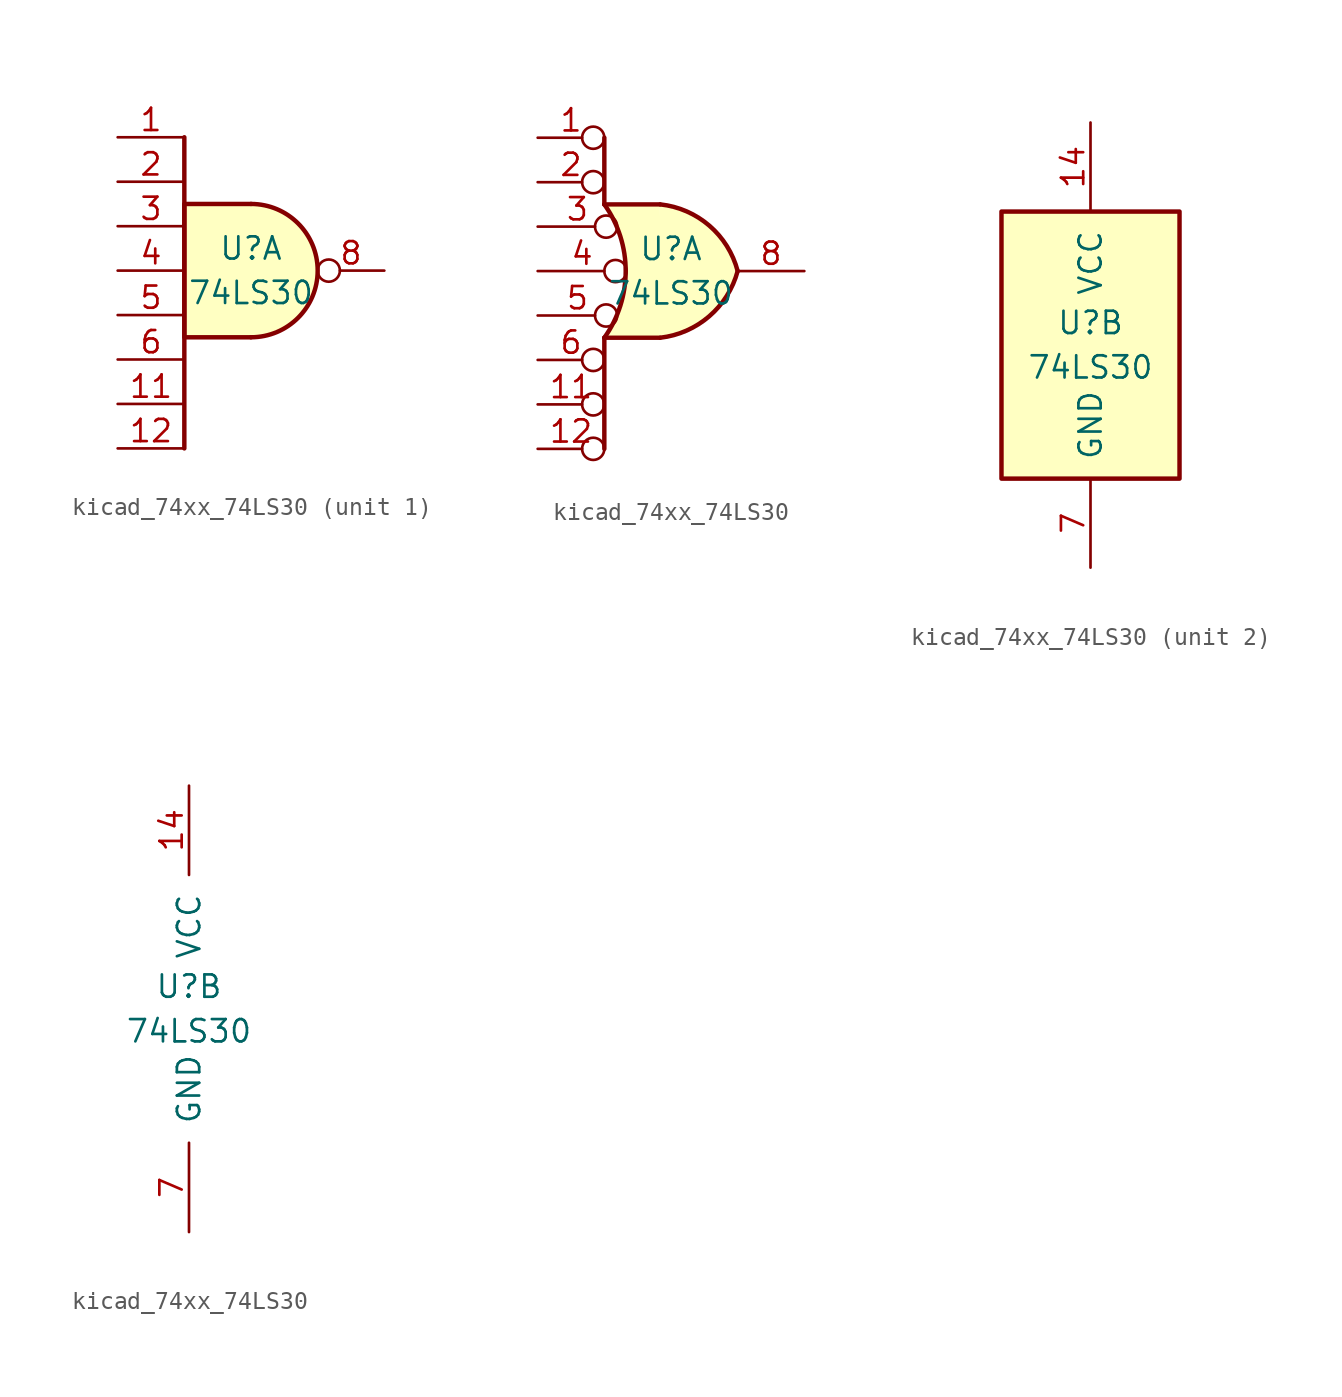
<source format=kicad_sym>
(kicad_symbol_lib
  (version 20220914)
  (generator kicad_symbol_editor)
  (symbol "kicad_74xx_74LS30"
    (pin_names
      (offset 1.016))
    (property "Reference" "U"
      (at 0 1.27 0)
      (effects (font (size 1.27 1.27))))
    (property "Value" "74LS30"
      (at 0 -1.27 0)
      (effects (font (size 1.27 1.27))))
    (property "ki_locked" ""
      (at 0 0 0)
      (effects (font (size 1.27 1.27))))
    (symbol "kicad_74xx_74LS30_1_1"
      (arc (start 0 -3.81) (mid 3.7934 0) (end 0 3.81) (stroke (width 0.254) (type default)) (fill (type background)))
      (polyline (pts (xy -3.81 7.62) (xy -3.81 -10.16)) (stroke (width 0.254) (type default)) (fill (type none)))
      (polyline (pts (xy 0 3.81) (xy -3.81 3.81) (xy -3.81 -3.81) (xy 0 -3.81)) (stroke (width 0.254) (type default)) (fill (type background)))
      (pin input line (at -7.62 7.62 0) (length 3.81) (name "~" (effects (font (size 1.27 1.27)))) (number "1" (effects (font (size 1.27 1.27)))))
      (pin input line (at -7.62 -7.62 0) (length 3.81) (name "~" (effects (font (size 1.27 1.27)))) (number "11" (effects (font (size 1.27 1.27)))))
      (pin input line (at -7.62 -10.16 0) (length 3.81) (name "~" (effects (font (size 1.27 1.27)))) (number "12" (effects (font (size 1.27 1.27)))))
      (pin input line (at -7.62 5.08 0) (length 3.81) (name "~" (effects (font (size 1.27 1.27)))) (number "2" (effects (font (size 1.27 1.27)))))
      (pin input line (at -7.62 2.54 0) (length 3.81) (name "~" (effects (font (size 1.27 1.27)))) (number "3" (effects (font (size 1.27 1.27)))))
      (pin input line (at -7.62 0 0) (length 3.81) (name "~" (effects (font (size 1.27 1.27)))) (number "4" (effects (font (size 1.27 1.27)))))
      (pin input line (at -7.62 -2.54 0) (length 3.81) (name "~" (effects (font (size 1.27 1.27)))) (number "5" (effects (font (size 1.27 1.27)))))
      (pin input line (at -7.62 -5.08 0) (length 3.81) (name "~" (effects (font (size 1.27 1.27)))) (number "6" (effects (font (size 1.27 1.27)))))
      (pin output inverted (at 7.62 0 180) (length 3.81) (name "~" (effects (font (size 1.27 1.27)))) (number "8" (effects (font (size 1.27 1.27))))))
    (symbol "kicad_74xx_74LS30_1_2"
      (arc (start -3.81 -3.81) (mid -2.589 0) (end -3.81 3.81) (stroke (width 0.254) (type default)) (fill (type none)))
      (arc (start -0.6096 -3.81) (mid 2.1842 -2.5851) (end 3.81 0) (stroke (width 0.254) (type default)) (fill (type background)))
      (polyline (pts (xy -3.81 -3.81) (xy -3.81 -10.16)) (stroke (width 0.254) (type default)) (fill (type none)))
      (polyline (pts (xy -3.81 -3.81) (xy -0.635 -3.81)) (stroke (width 0.254) (type default)) (fill (type background)))
      (polyline (pts (xy -3.81 3.81) (xy -0.635 3.81)) (stroke (width 0.254) (type default)) (fill (type background)))
      (polyline (pts (xy -3.81 7.62) (xy -3.81 3.81)) (stroke (width 0.254) (type default)) (fill (type none)))
      (polyline (pts (xy -0.635 3.81) (xy -3.81 3.81) (xy -3.81 3.81) (xy -3.556 3.404) (xy -3.023 2.261) (xy -2.692 1.041) (xy -2.616 -0.254) (xy -2.769 -1.499) (xy -3.175 -2.718) (xy -3.81 -3.81) (xy -3.81 -3.81) (xy -0.635 -3.81)) (stroke (width -25.4) (type default)) (fill (type background)))
      (arc (start 3.81 0) (mid 2.1915 2.5936) (end -0.6096 3.81) (stroke (width 0.254) (type default)) (fill (type background)))
      (pin input inverted (at -7.62 7.62 0) (length 3.81) (name "~" (effects (font (size 1.27 1.27)))) (number "1" (effects (font (size 1.27 1.27)))))
      (pin input inverted (at -7.62 -7.62 0) (length 3.81) (name "~" (effects (font (size 1.27 1.27)))) (number "11" (effects (font (size 1.27 1.27)))))
      (pin input inverted (at -7.62 -10.16 0) (length 3.81) (name "~" (effects (font (size 1.27 1.27)))) (number "12" (effects (font (size 1.27 1.27)))))
      (pin input inverted (at -7.62 5.08 0) (length 3.81) (name "~" (effects (font (size 1.27 1.27)))) (number "2" (effects (font (size 1.27 1.27)))))
      (pin input inverted (at -7.62 2.54 0) (length 4.547) (name "~" (effects (font (size 1.27 1.27)))) (number "3" (effects (font (size 1.27 1.27)))))
      (pin input inverted (at -7.62 0 0) (length 5.08) (name "~" (effects (font (size 1.27 1.27)))) (number "4" (effects (font (size 1.27 1.27)))))
      (pin input inverted (at -7.62 -2.54 0) (length 4.547) (name "~" (effects (font (size 1.27 1.27)))) (number "5" (effects (font (size 1.27 1.27)))))
      (pin input inverted (at -7.62 -5.08 0) (length 3.81) (name "~" (effects (font (size 1.27 1.27)))) (number "6" (effects (font (size 1.27 1.27)))))
      (pin output line (at 7.62 0 180) (length 3.81) (name "~" (effects (font (size 1.27 1.27)))) (number "8" (effects (font (size 1.27 1.27))))))
    (symbol "kicad_74xx_74LS30_2_0"
      (pin power_in line (at 0 12.7 270) (length 5.08) (name "VCC" (effects (font (size 1.27 1.27)))) (number "14" (effects (font (size 1.27 1.27)))))
      (pin power_in line (at 0 -12.7 90) (length 5.08) (name "GND" (effects (font (size 1.27 1.27)))) (number "7" (effects (font (size 1.27 1.27))))))
    (symbol "kicad_74xx_74LS30_2_1"
      (rectangle (start -5.08 7.62) (end 5.08 -7.62) (stroke (width 0.254) (type default)) (fill (type background))))))
</source>
